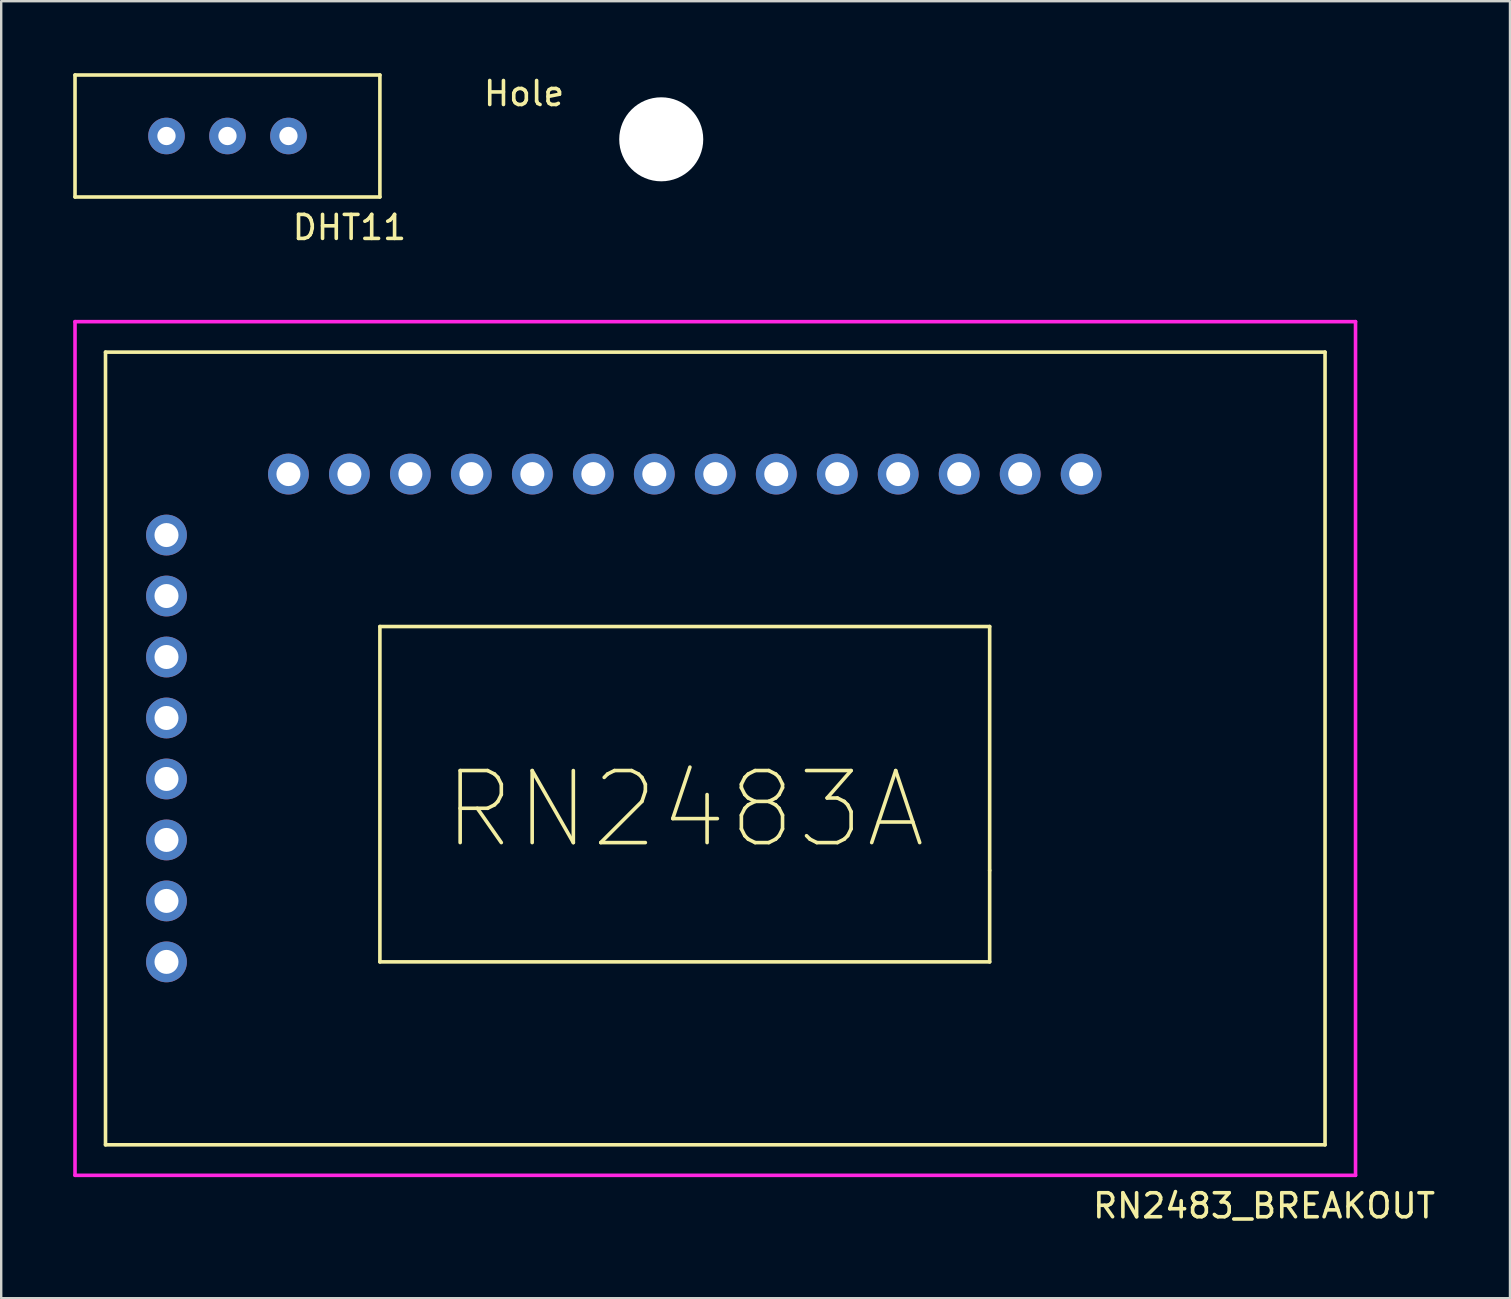
<source format=kicad_pcb>
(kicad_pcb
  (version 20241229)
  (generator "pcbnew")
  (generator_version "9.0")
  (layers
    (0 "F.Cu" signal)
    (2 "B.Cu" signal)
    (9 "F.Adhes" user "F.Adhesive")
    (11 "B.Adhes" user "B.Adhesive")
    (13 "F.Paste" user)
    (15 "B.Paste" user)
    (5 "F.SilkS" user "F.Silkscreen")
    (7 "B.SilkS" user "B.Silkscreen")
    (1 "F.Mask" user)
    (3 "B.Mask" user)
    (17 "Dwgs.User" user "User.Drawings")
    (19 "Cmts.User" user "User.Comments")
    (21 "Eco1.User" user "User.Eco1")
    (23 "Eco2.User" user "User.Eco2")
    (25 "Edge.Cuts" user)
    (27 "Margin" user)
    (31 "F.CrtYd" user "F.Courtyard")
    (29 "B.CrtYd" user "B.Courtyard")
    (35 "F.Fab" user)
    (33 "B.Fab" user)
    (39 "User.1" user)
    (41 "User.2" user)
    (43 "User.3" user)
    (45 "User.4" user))
  (footprint "RN2483_BREAKOUT"
    (layer "F.Cu")
    (at 3.885 16.698)
    (property "Reference" "RN2483_BREAKOUT" (at 45.72 30.48 0) (layer "F.SilkS") (effects (font (size 1 1) (thickness 0.15))))
    (attr through_hole)
    (fp_line (start -2.54 -5.08) (end -2.54 27.94) (stroke (width 0.15) (type solid)) (layer "F.SilkS"))
    (fp_line (start -2.54 -5.08) (end 48.26 -5.08) (stroke (width 0.15) (type solid)) (layer "F.SilkS"))
    (fp_line (start -2.54 27.94) (end 48.26 27.94) (stroke (width 0.15) (type solid)) (layer "F.SilkS"))
    (fp_line (start 8.89 6.35) (end 34.29 6.35) (stroke (width 0.15) (type solid)) (layer "F.SilkS"))
    (fp_line (start 8.89 20.32) (end 8.89 6.35) (stroke (width 0.15) (type solid)) (layer "F.SilkS"))
    (fp_line (start 34.29 6.35) (end 34.29 16.51) (stroke (width 0.15) (type solid)) (layer "F.SilkS"))
    (fp_line (start 34.29 16.51) (end 34.29 20.32) (stroke (width 0.15) (type solid)) (layer "F.SilkS"))
    (fp_line (start 34.29 20.32) (end 8.89 20.32) (stroke (width 0.15) (type solid)) (layer "F.SilkS"))
    (fp_line (start 48.26 27.94) (end 48.26 -5.08) (stroke (width 0.15) (type solid)) (layer "F.SilkS"))
    (fp_line (start -3.81 -6.35) (end 49.53 -6.35) (stroke (width 0.15) (type solid)) (layer "F.CrtYd"))
    (fp_line (start -3.81 29.21) (end -3.81 -6.35) (stroke (width 0.15) (type solid)) (layer "F.CrtYd"))
    (fp_line (start 49.53 -6.35) (end 49.53 29.21) (stroke (width 0.15) (type solid)) (layer "F.CrtYd"))
    (fp_line (start 49.53 29.21) (end -3.81 29.21) (stroke (width 0.15) (type solid)) (layer "F.CrtYd"))
    (fp_text user "RN2483A" (at 21.59 13.97 0) (layer "F.SilkS") (effects (font (size 3 3) (thickness 0.15))))
    (pad "0" thru_hole oval (at 38.1 0) (size 1.7 1.7) (drill oval 1) (layers "*.Cu" "*.Mask"))
    (pad "1" thru_hole oval (at 35.56 0) (size 1.7 1.7) (drill oval 1) (layers "*.Cu" "*.Mask"))
    (pad "2" thru_hole oval (at 33.02 0) (size 1.7 1.7) (drill oval 1) (layers "*.Cu" "*.Mask"))
    (pad "3" thru_hole oval (at 30.48 0) (size 1.7 1.7) (drill oval 1) (layers "*.Cu" "*.Mask"))
    (pad "4" thru_hole oval (at 27.94 0) (size 1.7 1.7) (drill oval 1) (layers "*.Cu" "*.Mask"))
    (pad "5" thru_hole oval (at 25.4 0) (size 1.7 1.7) (drill oval 1) (layers "*.Cu" "*.Mask"))
    (pad "6" thru_hole oval (at 22.86 0) (size 1.7 1.7) (drill oval 1) (layers "*.Cu" "*.Mask"))
    (pad "7" thru_hole oval (at 20.32 0) (size 1.7 1.7) (drill oval 1) (layers "*.Cu" "*.Mask"))
    (pad "8" thru_hole oval (at 17.78 0) (size 1.7 1.7) (drill oval 1) (layers "*.Cu" "*.Mask"))
    (pad "9" thru_hole oval (at 15.24 0) (size 1.7 1.7) (drill oval 1) (layers "*.Cu" "*.Mask"))
    (pad "10" thru_hole oval (at 12.7 0) (size 1.7 1.7) (drill oval 1) (layers "*.Cu" "*.Mask"))
    (pad "11" thru_hole oval (at 10.16 0) (size 1.7 1.7) (drill oval 1) (layers "*.Cu" "*.Mask"))
    (pad "12" thru_hole oval (at 7.62 0) (size 1.7 1.7) (drill oval 1) (layers "*.Cu" "*.Mask"))
    (pad "13" thru_hole oval (at 5.08 0) (size 1.7 1.7) (drill oval 1) (layers "*.Cu" "*.Mask"))
    (pad "14" thru_hole oval (at 0 2.54) (size 1.7 1.7) (drill oval 1) (layers "*.Cu" "*.Mask"))
    (pad "15" thru_hole oval (at 0 5.08) (size 1.7 1.7) (drill oval 1) (layers "*.Cu" "*.Mask"))
    (pad "16" thru_hole oval (at 0 7.62) (size 1.7 1.7) (drill oval 1) (layers "*.Cu" "*.Mask"))
    (pad "17" thru_hole oval (at 0 10.16) (size 1.7 1.7) (drill oval 1) (layers "*.Cu" "*.Mask"))
    (pad "18" thru_hole oval (at 0 12.7) (size 1.7 1.7) (drill oval 1) (layers "*.Cu" "*.Mask"))
    (pad "19" thru_hole oval (at 0 15.24) (size 1.7 1.7) (drill oval 1) (layers "*.Cu" "*.Mask"))
    (pad "20" thru_hole oval (at 0 17.78) (size 1.7 1.7) (drill oval 1) (layers "*.Cu" "*.Mask"))
    (pad "21" thru_hole oval (at 0 20.32) (size 1.7 1.7) (drill oval 1) (layers "*.Cu" "*.Mask")))
  (footprint "DHT11"
    (layer "F.Cu")
    (at 6.425 2.615)
    (property "Reference" "DHT11" (at 5.08 3.81 0) (layer "F.SilkS") (effects (font (size 1 1) (thickness 0.15))))
    (attr through_hole)
    (fp_line (start -6.35 -2.54) (end -6.35 2.54) (stroke (width 0.15) (type solid)) (layer "F.SilkS"))
    (fp_line (start -6.35 2.54) (end 6.35 2.54) (stroke (width 0.15) (type solid)) (layer "F.SilkS"))
    (fp_line (start 6.35 -2.54) (end -6.35 -2.54) (stroke (width 0.15) (type solid)) (layer "F.SilkS"))
    (fp_line (start 6.35 2.54) (end 6.35 -2.54) (stroke (width 0.15) (type solid)) (layer "F.SilkS"))
    (pad "1" thru_hole circle (at -2.54 0) (size 1.524 1.524) (drill 0.762) (layers "*.Cu" "*.Mask"))
    (pad "2" thru_hole circle (at 0 0) (size 1.524 1.524) (drill 0.762) (layers "*.Cu" "*.Mask"))
    (pad "3" thru_hole circle (at 2.54 0) (size 1.524 1.524) (drill 0.762) (layers "*.Cu" "*.Mask")))
  (footprint "Hole"
    (layer "F.Cu")
    (at 24.494 2.753)
    (property "Reference" "Hole" (at -5.715 -1.905 0) (layer "F.SilkS") (effects (font (size 1 1) (thickness 0.15))))
    (attr through_hole)
    (pad "" np_thru_hole circle (at 0 0) (size 3.5 3.5) (drill 3.5) (layers "*.Cu" "*.Mask")))
  (gr_rect
    (start -3 -3)
    (end 59.849 51.026)
    (stroke (width 0.1) (type default))
    (fill no)
    (layer "Edge.Cuts")))
</source>
